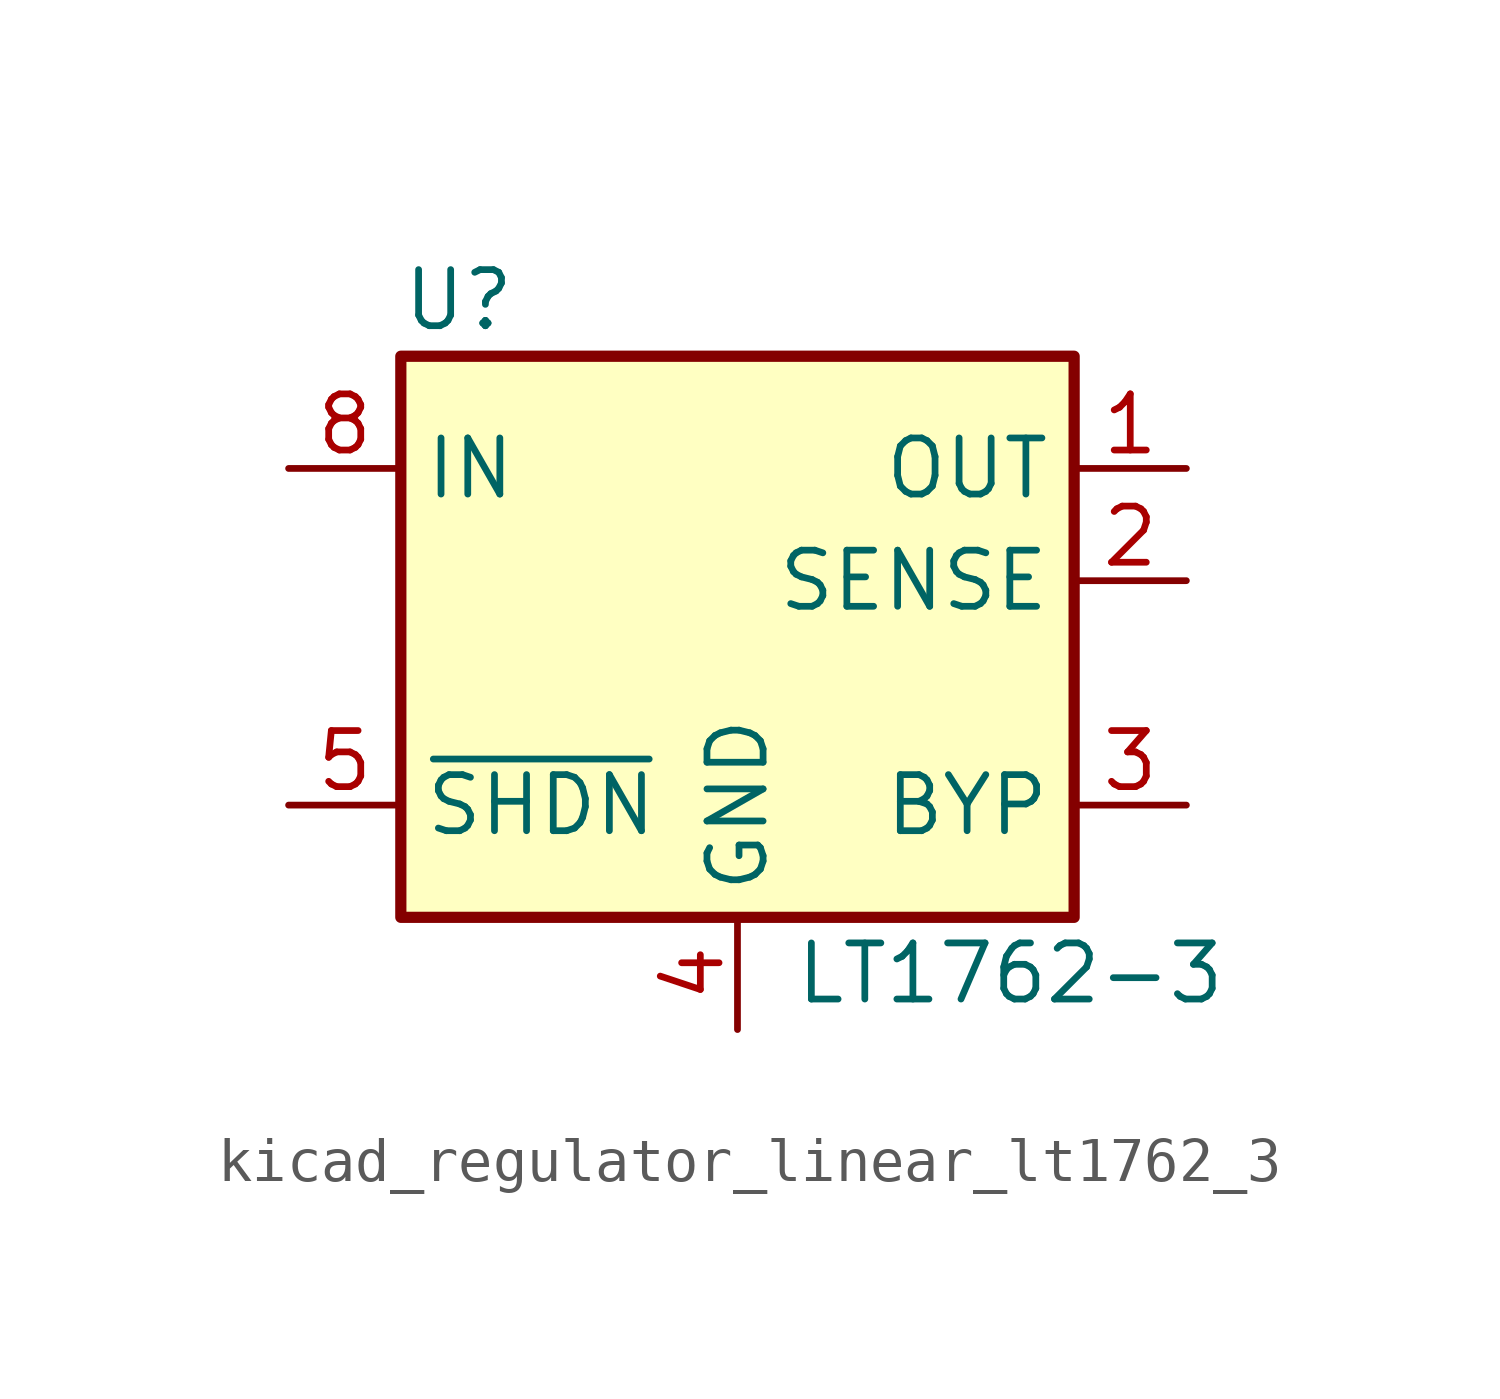
<source format=kicad_sym>
(kicad_symbol_lib
  (version 20220914)
  (generator kicad_symbol_editor)
  (symbol "kicad_regulator_linear_lt1762_3"
    (property "Reference" "U"
      (at -7.62 8.89 0)
      (effects (font (size 1.27 1.27)) (justify left)))
    (property "Value" "LT1762-3"
      (at 1.27 -6.35 0)
      (effects (font (size 1.27 1.27)) (justify left)))
    (symbol "kicad_regulator_linear_lt1762_3_0_1"
      (rectangle (start -7.62 7.62) (end 7.62 -5.08) (stroke (width 0.254) (type default)) (fill (type background))))
    (symbol "kicad_regulator_linear_lt1762_3_1_1"
      (pin power_out line (at 10.16 5.08 180) (length 2.54) (name "OUT" (effects (font (size 1.27 1.27)))) (number "1" (effects (font (size 1.27 1.27)))))
      (pin input line (at 10.16 2.54 180) (length 2.54) (name "SENSE" (effects (font (size 1.27 1.27)))) (number "2" (effects (font (size 1.27 1.27)))))
      (pin passive line (at 10.16 -2.54 180) (length 2.54) (name "BYP" (effects (font (size 1.27 1.27)))) (number "3" (effects (font (size 1.27 1.27)))))
      (pin power_in line (at 0 -7.62 90) (length 2.54) (name "GND" (effects (font (size 1.27 1.27)))) (number "4" (effects (font (size 1.27 1.27)))))
      (pin input line (at -10.16 -2.54 0) (length 2.54) (name "~{SHDN}" (effects (font (size 1.27 1.27)))) (number "5" (effects (font (size 1.27 1.27)))))
      (pin no_connect line (at 2.54 5.08 90) (length 2.54) hide (name "NC" (effects (font (size 1.27 1.27)))) (number "6" (effects (font (size 1.27 1.27)))))
      (pin no_connect line (at 2.54 2.54 90) (length 2.54) hide (name "NC" (effects (font (size 1.27 1.27)))) (number "7" (effects (font (size 1.27 1.27)))))
      (pin power_in line (at -10.16 5.08 0) (length 2.54) (name "IN" (effects (font (size 1.27 1.27)))) (number "8" (effects (font (size 1.27 1.27))))))))
</source>
